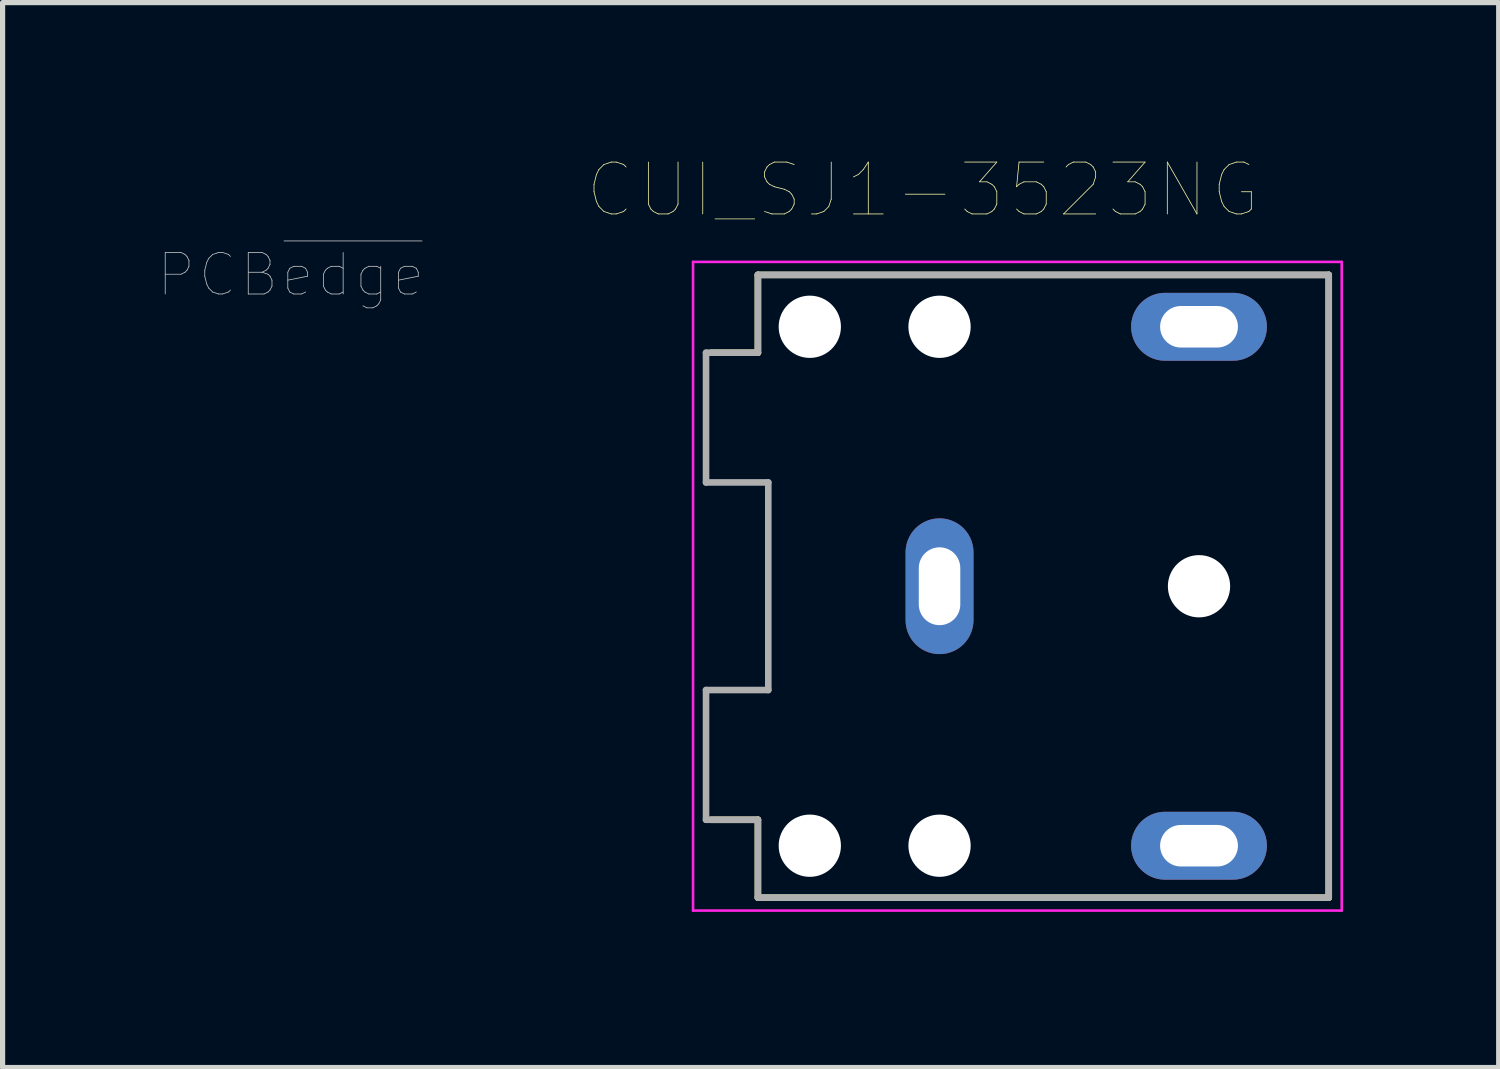
<source format=kicad_pcb>
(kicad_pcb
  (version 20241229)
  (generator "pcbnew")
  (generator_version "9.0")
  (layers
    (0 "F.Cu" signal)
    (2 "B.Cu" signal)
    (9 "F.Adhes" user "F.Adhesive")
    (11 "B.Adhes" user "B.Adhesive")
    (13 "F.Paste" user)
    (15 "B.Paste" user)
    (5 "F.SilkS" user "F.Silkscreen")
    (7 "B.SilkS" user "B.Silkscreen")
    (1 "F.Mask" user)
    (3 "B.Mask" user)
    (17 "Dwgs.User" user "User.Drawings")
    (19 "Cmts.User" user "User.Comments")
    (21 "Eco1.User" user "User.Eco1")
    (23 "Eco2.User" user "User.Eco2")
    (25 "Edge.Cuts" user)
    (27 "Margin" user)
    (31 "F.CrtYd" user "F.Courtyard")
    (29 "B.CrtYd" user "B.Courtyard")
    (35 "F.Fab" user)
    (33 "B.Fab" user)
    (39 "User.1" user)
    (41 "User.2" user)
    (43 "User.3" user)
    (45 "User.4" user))
  (footprint "CUI_SJ1-3523NG"
    (layer "F.Cu")
    (at 15.055 8.247)
    (property "Reference" "CUI_SJ1-3523NG" (at -0.325 -7.636 0) (layer "F.SilkS") (effects (font (size 1 1) (thickness 0.015))))
    (attr through_hole)
    (fp_line (start -4.4 4.5) (end -3.5 4.5) (stroke (width 0.127) (type solid)) (layer "F.SilkS"))
    (fp_line (start -3.5 -6) (end -3.5 -4.5) (stroke (width 0.127) (type solid)) (layer "F.SilkS"))
    (fp_line (start -3.5 -4.5) (end -4.4 -4.5) (stroke (width 0.127) (type solid)) (layer "F.SilkS"))
    (fp_line (start -3.5 4.5) (end -3.5 6) (stroke (width 0.127) (type solid)) (layer "F.SilkS"))
    (fp_line (start 7.5 -6) (end -3.5 -6) (stroke (width 0.127) (type solid)) (layer "F.SilkS"))
    (fp_line (start 7.5 -6) (end 7.5 6) (stroke (width 0.127) (type solid)) (layer "F.SilkS"))
    (fp_line (start 7.5 6) (end -3.5 6) (stroke (width 0.127) (type solid)) (layer "F.SilkS"))
    (fp_line (start -4.5 -6) (end -4.5 -2) (stroke (width 0.0001) (type solid)) (layer "Edge.Cuts"))
    (fp_line (start -4.5 -2) (end -3.3 -2) (stroke (width 0.0001) (type solid)) (layer "Edge.Cuts"))
    (fp_line (start -4.5 2) (end -4.5 6) (stroke (width 0.0001) (type solid)) (layer "Edge.Cuts"))
    (fp_line (start -3.3 -2) (end -3.3 2) (stroke (width 0.0001) (type solid)) (layer "Edge.Cuts"))
    (fp_line (start -3.3 2) (end -4.5 2) (stroke (width 0.0001) (type solid)) (layer "Edge.Cuts"))
    (fp_line (start -4.75 -6.25) (end 7.75 -6.25) (stroke (width 0.05) (type solid)) (layer "F.CrtYd"))
    (fp_line (start -4.75 6.25) (end -4.75 -6.25) (stroke (width 0.05) (type solid)) (layer "F.CrtYd"))
    (fp_line (start 7.75 -6.25) (end 7.75 6.25) (stroke (width 0.05) (type solid)) (layer "F.CrtYd"))
    (fp_line (start 7.75 6.25) (end -4.75 6.25) (stroke (width 0.05) (type solid)) (layer "F.CrtYd"))
    (fp_line (start -4.5 -4.5) (end -4.5 -2) (stroke (width 0.127) (type solid)) (layer "F.Fab"))
    (fp_line (start -4.5 -2) (end -3.3 -2) (stroke (width 0.127) (type solid)) (layer "F.Fab"))
    (fp_line (start -4.5 2) (end -4.5 4.5) (stroke (width 0.127) (type solid)) (layer "F.Fab"))
    (fp_line (start -4.5 4.5) (end -3.5 4.5) (stroke (width 0.127) (type solid)) (layer "F.Fab"))
    (fp_line (start -3.5 -6) (end -3.5 -4.5) (stroke (width 0.127) (type solid)) (layer "F.Fab"))
    (fp_line (start -3.5 -4.5) (end -4.5 -4.5) (stroke (width 0.127) (type solid)) (layer "F.Fab"))
    (fp_line (start -3.5 4.5) (end -3.5 6) (stroke (width 0.127) (type solid)) (layer "F.Fab"))
    (fp_line (start -3.3 -2) (end -3.3 2) (stroke (width 0.127) (type solid)) (layer "F.Fab"))
    (fp_line (start -3.3 2) (end -4.5 2) (stroke (width 0.127) (type solid)) (layer "F.Fab"))
    (fp_line (start 7.5 -6) (end -3.5 -6) (stroke (width 0.127) (type solid)) (layer "F.Fab"))
    (fp_line (start 7.5 -6) (end 7.5 6) (stroke (width 0.127) (type solid)) (layer "F.Fab"))
    (fp_line (start 7.5 6) (end -3.5 6) (stroke (width 0.127) (type solid)) (layer "F.Fab"))
    (fp_text user "PCB~{edge}" (at -12.502 -6.001 0) (layer "Dwgs.User") (effects (font (size 0.8 0.8) (thickness 0.015))))
    (pad "" np_thru_hole circle (at -2.5 -5) (size 1.2 1.2) (drill 1.2) (layers "*.Cu" "*.Mask"))
    (pad "" np_thru_hole circle (at -2.5 5) (size 1.2 1.2) (drill 1.2) (layers "*.Cu" "*.Mask"))
    (pad "" np_thru_hole circle (at 0 -5) (size 1.2 1.2) (drill 1.2) (layers "*.Cu" "*.Mask"))
    (pad "" np_thru_hole circle (at 0 5) (size 1.2 1.2) (drill 1.2) (layers "*.Cu" "*.Mask"))
    (pad "" np_thru_hole circle (at 5 0) (size 1.2 1.2) (drill 1.2) (layers "*.Cu" "*.Mask"))
    (pad "1" thru_hole oval (at 0 0) (size 1.308 2.616) (drill oval 0.8 1.5) (layers "*.Cu" "*.Mask"))
    (pad "2" thru_hole oval (at 5 5) (size 2.616 1.308) (drill oval 1.5 0.8) (layers "*.Cu" "*.Mask"))
    (pad "3" thru_hole oval (at 5 -5) (size 2.616 1.308) (drill oval 1.5 0.8) (layers "*.Cu" "*.Mask")))
  (gr_rect
    (start -3 -3)
    (end 25.83 17.522)
    (stroke (width 0.1) (type default))
    (fill no)
    (layer "Edge.Cuts")))
</source>
